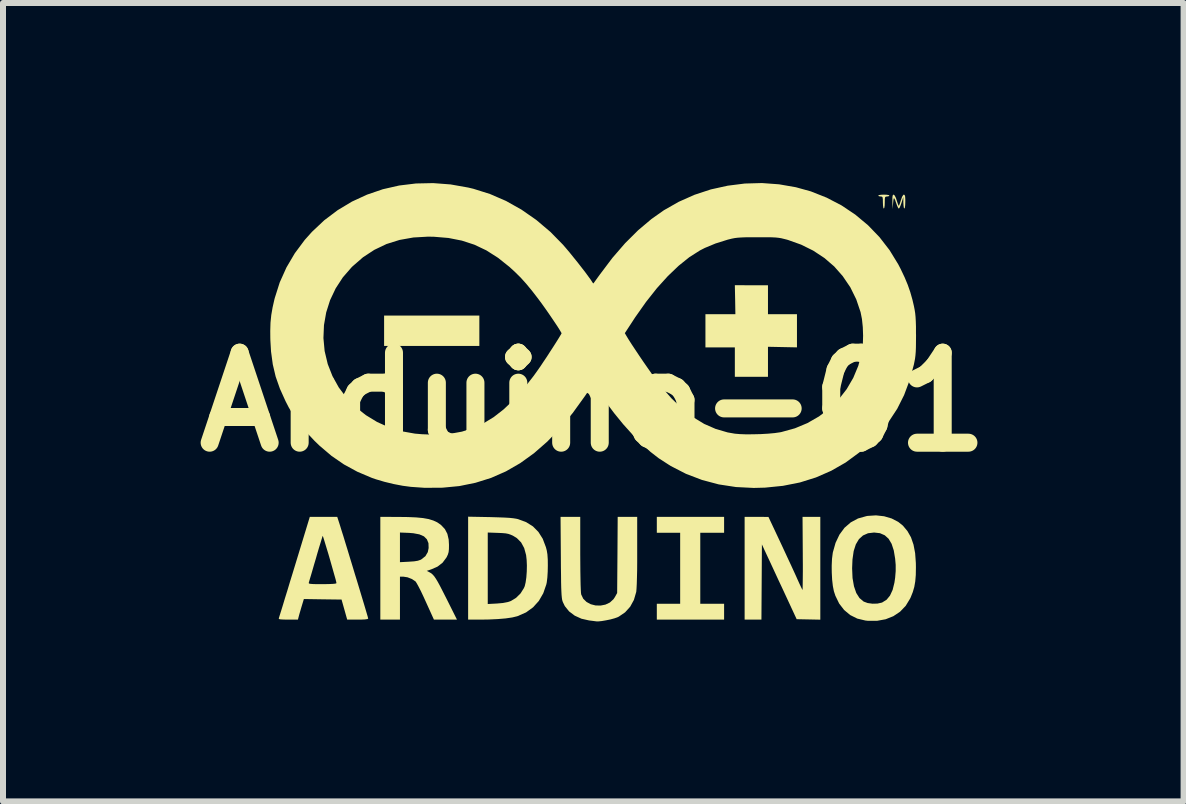
<source format=kicad_pcb>
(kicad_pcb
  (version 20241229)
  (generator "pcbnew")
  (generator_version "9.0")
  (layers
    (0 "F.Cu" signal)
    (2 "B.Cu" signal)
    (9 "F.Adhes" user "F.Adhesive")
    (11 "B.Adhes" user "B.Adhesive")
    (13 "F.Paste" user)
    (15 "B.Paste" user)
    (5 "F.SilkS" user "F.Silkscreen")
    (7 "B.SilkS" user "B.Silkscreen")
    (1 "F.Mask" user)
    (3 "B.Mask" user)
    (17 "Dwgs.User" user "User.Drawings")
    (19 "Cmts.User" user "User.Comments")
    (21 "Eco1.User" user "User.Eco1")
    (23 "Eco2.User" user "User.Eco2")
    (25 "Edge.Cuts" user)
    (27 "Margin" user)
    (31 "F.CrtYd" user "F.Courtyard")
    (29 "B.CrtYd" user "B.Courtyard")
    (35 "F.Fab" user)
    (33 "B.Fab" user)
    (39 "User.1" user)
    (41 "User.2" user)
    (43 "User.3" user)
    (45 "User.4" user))
  (footprint "Arduino-01"
    (layer "F.Cu")
    (at 6.836 3.648)
    (property "Reference" "Arduino-01" (at 0 0 0) (layer "F.SilkS") (effects (font (size 1.5 1.5) (thickness 0.3))))
    (attr board_only exclude_from_pos_files exclude_from_bom)
    (fp_poly (pts (xy -1.899 -1.187) (xy -1.899 -0.934) (xy -2.693 -0.934) (xy -3.486 -0.934) (xy -3.486 -1.187) (xy -3.486 -1.44) (xy -2.693 -1.44) (xy -1.899 -1.44)) (stroke (width 0) (type solid)) (fill yes) (layer "F.SilkS"))
    (fp_poly (pts (xy 2.179 2.047) (xy 2.179 2.179) (xy 1.98 2.179) (xy 1.782 2.179) (xy 1.782 2.77) (xy 1.782 3.362) (xy 1.98 3.362) (xy 2.179 3.362) (xy 2.179 3.494) (xy 2.179 3.626) (xy 1.619 3.626) (xy 1.058 3.626) (xy 1.058 3.494) (xy 1.058 3.362) (xy 1.253 3.362) (xy 1.447 3.362) (xy 1.447 2.77) (xy 1.447 2.179) (xy 1.253 2.179) (xy 1.058 2.179) (xy 1.058 2.047) (xy 1.058 1.914) (xy 1.619 1.914) (xy 2.179 1.914)) (stroke (width 0) (type solid)) (fill yes) (layer "F.SilkS"))
    (fp_poly (pts (xy 2.634 -1.945) (xy 2.91 -1.945) (xy 2.91 -1.704) (xy 2.91 -1.463) (xy 3.152 -1.463) (xy 3.393 -1.463) (xy 3.393 -1.187) (xy 3.393 -0.91) (xy 3.152 -0.915) (xy 2.91 -0.92) (xy 2.91 -0.67) (xy 2.91 -0.42) (xy 2.634 -0.42) (xy 2.358 -0.42) (xy 2.358 -0.665) (xy 2.358 -0.91) (xy 2.113 -0.91) (xy 1.868 -0.91) (xy 1.868 -1.187) (xy 1.868 -1.463) (xy 2.117 -1.463) (xy 2.367 -1.463) (xy 2.363 -1.704) (xy 2.358 -1.946)) (stroke (width 0) (type solid)) (fill yes) (layer "F.SilkS"))
    (fp_poly (pts (xy 4.89 -3.453) (xy 4.924 -3.447) (xy 4.934 -3.44) (xy 4.92 -3.428) (xy 4.895 -3.424) (xy 4.874 -3.422) (xy 4.862 -3.412) (xy 4.857 -3.387) (xy 4.856 -3.339) (xy 4.856 -3.323) (xy 4.854 -3.27) (xy 4.848 -3.234) (xy 4.84 -3.222) (xy 4.832 -3.236) (xy 4.827 -3.274) (xy 4.825 -3.323) (xy 4.824 -3.377) (xy 4.82 -3.408) (xy 4.811 -3.421) (xy 4.792 -3.424) (xy 4.786 -3.424) (xy 4.757 -3.429) (xy 4.747 -3.44) (xy 4.761 -3.448) (xy 4.798 -3.453) (xy 4.84 -3.455)) (stroke (width 0) (type solid)) (fill yes) (layer "F.SilkS"))
    (fp_poly (pts (xy 5.187 -3.449) (xy 5.195 -3.426) (xy 5.198 -3.382) (xy 5.198 -3.338) (xy 5.196 -3.28) (xy 5.191 -3.239) (xy 5.183 -3.222) (xy 5.183 -3.222) (xy 5.174 -3.236) (xy 5.169 -3.273) (xy 5.166 -3.319) (xy 5.165 -3.416) (xy 5.135 -3.319) (xy 5.117 -3.269) (xy 5.101 -3.234) (xy 5.09 -3.222) (xy 5.078 -3.235) (xy 5.062 -3.27) (xy 5.05 -3.303) (xy 5.029 -3.363) (xy 5.016 -3.392) (xy 5.006 -3.393) (xy 5 -3.365) (xy 4.995 -3.315) (xy 4.986 -3.214) (xy 4.983 -3.335) (xy 4.983 -3.397) (xy 4.986 -3.434) (xy 4.994 -3.452) (xy 5.004 -3.455) (xy 5.022 -3.44) (xy 5.043 -3.397) (xy 5.054 -3.362) (xy 5.07 -3.313) (xy 5.082 -3.28) (xy 5.089 -3.268) (xy 5.097 -3.282) (xy 5.111 -3.318) (xy 5.125 -3.362) (xy 5.145 -3.42) (xy 5.165 -3.451) (xy 5.175 -3.455)) (stroke (width 0) (type solid)) (fill yes) (layer "F.SilkS"))
    (fp_poly (pts (xy 3.782 2.771) (xy 3.782 3.627) (xy 3.585 3.623) (xy 3.388 3.619) (xy 3.142 3.089) (xy 3.084 2.966) (xy 3.029 2.847) (xy 2.978 2.737) (xy 2.933 2.64) (xy 2.896 2.561) (xy 2.868 2.501) (xy 2.852 2.467) (xy 2.809 2.373) (xy 2.805 3) (xy 2.801 3.626) (xy 2.661 3.626) (xy 2.521 3.626) (xy 2.521 2.77) (xy 2.521 1.914) (xy 2.72 1.914) (xy 2.918 1.915) (xy 3.128 2.362) (xy 3.183 2.48) (xy 3.237 2.597) (xy 3.289 2.708) (xy 3.335 2.808) (xy 3.373 2.891) (xy 3.4 2.952) (xy 3.406 2.965) (xy 3.435 3.029) (xy 3.46 3.082) (xy 3.478 3.119) (xy 3.485 3.131) (xy 3.487 3.119) (xy 3.488 3.078) (xy 3.489 3.013) (xy 3.49 2.927) (xy 3.491 2.822) (xy 3.491 2.703) (xy 3.49 2.571) (xy 3.49 2.528) (xy 3.486 1.914) (xy 3.634 1.914) (xy 3.782 1.914)) (stroke (width 0) (type solid)) (fill yes) (layer "F.SilkS"))
    (fp_poly (pts (xy -0.218 2.533) (xy -0.217 2.682) (xy -0.216 2.819) (xy -0.214 2.94) (xy -0.212 3.043) (xy -0.209 3.123) (xy -0.206 3.179) (xy -0.202 3.207) (xy -0.168 3.278) (xy -0.113 3.332) (xy -0.042 3.37) (xy 0.037 3.39) (xy 0.121 3.392) (xy 0.202 3.376) (xy 0.276 3.341) (xy 0.336 3.286) (xy 0.358 3.253) (xy 0.397 3.183) (xy 0.402 2.549) (xy 0.406 1.914) (xy 0.569 1.914) (xy 0.731 1.914) (xy 0.731 2.495) (xy 0.731 2.656) (xy 0.73 2.801) (xy 0.727 2.926) (xy 0.724 3.029) (xy 0.72 3.107) (xy 0.716 3.158) (xy 0.714 3.168) (xy 0.676 3.298) (xy 0.614 3.411) (xy 0.529 3.505) (xy 0.425 3.576) (xy 0.4 3.588) (xy 0.351 3.605) (xy 0.285 3.623) (xy 0.211 3.638) (xy 0.141 3.65) (xy 0.083 3.656) (xy 0.057 3.656) (xy 0.033 3.653) (xy -0.012 3.647) (xy -0.068 3.64) (xy -0.07 3.64) (xy -0.198 3.611) (xy -0.31 3.56) (xy -0.404 3.489) (xy -0.475 3.401) (xy -0.508 3.333) (xy -0.515 3.312) (xy -0.521 3.288) (xy -0.525 3.257) (xy -0.529 3.215) (xy -0.532 3.161) (xy -0.535 3.09) (xy -0.537 3) (xy -0.538 2.888) (xy -0.54 2.751) (xy -0.541 2.587) (xy -0.546 1.914) (xy -0.382 1.914) (xy -0.218 1.914)) (stroke (width 0) (type solid)) (fill yes) (layer "F.SilkS"))
    (fp_poly (pts (xy -1.716 1.918) (xy -1.582 1.922) (xy -1.476 1.926) (xy -1.392 1.931) (xy -1.328 1.938) (xy -1.279 1.946) (xy -1.254 1.952) (xy -1.119 2.002) (xy -1.006 2.073) (xy -0.915 2.165) (xy -0.843 2.279) (xy -0.79 2.419) (xy -0.776 2.472) (xy -0.765 2.538) (xy -0.759 2.626) (xy -0.758 2.726) (xy -0.76 2.829) (xy -0.766 2.925) (xy -0.776 3.007) (xy -0.783 3.039) (xy -0.834 3.187) (xy -0.908 3.315) (xy -1.004 3.421) (xy -1.121 3.506) (xy -1.26 3.567) (xy -1.268 3.57) (xy -1.351 3.59) (xy -1.46 3.606) (xy -1.591 3.617) (xy -1.74 3.624) (xy -1.864 3.626) (xy -2.086 3.626) (xy -2.086 2.769) (xy -2.086 2.175) (xy -1.759 2.175) (xy -1.759 2.771) (xy -1.759 3.366) (xy -1.606 3.358) (xy -1.506 3.349) (xy -1.428 3.334) (xy -1.372 3.315) (xy -1.287 3.263) (xy -1.213 3.19) (xy -1.158 3.103) (xy -1.143 3.069) (xy -1.128 3.006) (xy -1.116 2.922) (xy -1.109 2.825) (xy -1.107 2.725) (xy -1.111 2.631) (xy -1.12 2.552) (xy -1.12 2.551) (xy -1.152 2.434) (xy -1.203 2.34) (xy -1.273 2.269) (xy -1.329 2.234) (xy -1.375 2.212) (xy -1.415 2.198) (xy -1.461 2.189) (xy -1.52 2.184) (xy -1.59 2.181) (xy -1.759 2.175) (xy -2.086 2.175) (xy -2.086 1.911)) (stroke (width 0) (type solid)) (fill yes) (layer "F.SilkS"))
    (fp_poly (pts (xy -3.257 1.915) (xy -3.091 1.917) (xy -2.953 1.923) (xy -2.838 1.934) (xy -2.743 1.951) (xy -2.666 1.975) (xy -2.601 2.005) (xy -2.546 2.043) (xy -2.537 2.05) (xy -2.473 2.118) (xy -2.432 2.197) (xy -2.41 2.292) (xy -2.405 2.381) (xy -2.406 2.451) (xy -2.411 2.5) (xy -2.423 2.541) (xy -2.443 2.584) (xy -2.45 2.595) (xy -2.512 2.678) (xy -2.596 2.743) (xy -2.696 2.787) (xy -2.775 2.814) (xy -2.727 2.839) (xy -2.701 2.854) (xy -2.677 2.875) (xy -2.651 2.904) (xy -2.623 2.945) (xy -2.59 3) (xy -2.55 3.074) (xy -2.501 3.17) (xy -2.44 3.29) (xy -2.437 3.296) (xy -2.272 3.626) (xy -2.464 3.626) (xy -2.656 3.626) (xy -2.793 3.324) (xy -2.835 3.232) (xy -2.875 3.148) (xy -2.911 3.078) (xy -2.94 3.025) (xy -2.959 2.994) (xy -2.963 2.99) (xy -3.022 2.95) (xy -3.096 2.921) (xy -3.167 2.91) (xy -3.222 2.91) (xy -3.222 3.268) (xy -3.222 3.626) (xy -3.385 3.626) (xy -3.549 3.626) (xy -3.549 2.77) (xy -3.549 2.669) (xy -3.222 2.669) (xy -3.07 2.661) (xy -2.985 2.655) (xy -2.924 2.645) (xy -2.88 2.63) (xy -2.865 2.622) (xy -2.798 2.569) (xy -2.758 2.501) (xy -2.744 2.433) (xy -2.747 2.352) (xy -2.773 2.288) (xy -2.822 2.239) (xy -2.897 2.206) (xy -2.998 2.187) (xy -3.07 2.181) (xy -3.222 2.175) (xy -3.222 2.422) (xy -3.222 2.669) (xy -3.549 2.669) (xy -3.549 1.914)) (stroke (width 0) (type solid)) (fill yes) (layer "F.SilkS"))
    (fp_poly (pts (xy 4.845 1.904) (xy 4.971 1.941) (xy 5.081 1.998) (xy 5.158 2.06) (xy 5.234 2.151) (xy 5.293 2.255) (xy 5.335 2.377) (xy 5.362 2.518) (xy 5.374 2.683) (xy 5.375 2.755) (xy 5.373 2.883) (xy 5.364 2.989) (xy 5.348 3.081) (xy 5.323 3.167) (xy 5.288 3.255) (xy 5.278 3.276) (xy 5.205 3.396) (xy 5.111 3.494) (xy 4.999 3.569) (xy 4.871 3.62) (xy 4.728 3.646) (xy 4.575 3.646) (xy 4.532 3.641) (xy 4.398 3.609) (xy 4.28 3.55) (xy 4.179 3.466) (xy 4.096 3.358) (xy 4.033 3.228) (xy 4.008 3.152) (xy 3.991 3.066) (xy 3.979 2.96) (xy 3.973 2.842) (xy 3.972 2.77) (xy 4.312 2.77) (xy 4.319 2.934) (xy 4.343 3.071) (xy 4.381 3.182) (xy 4.435 3.267) (xy 4.504 3.325) (xy 4.506 3.326) (xy 4.571 3.35) (xy 4.652 3.361) (xy 4.734 3.359) (xy 4.806 3.343) (xy 4.814 3.34) (xy 4.886 3.295) (xy 4.943 3.226) (xy 4.987 3.131) (xy 5.017 3.01) (xy 5.029 2.928) (xy 5.038 2.817) (xy 5.038 2.714) (xy 5.029 2.611) (xy 5.006 2.473) (xy 4.97 2.363) (xy 4.92 2.279) (xy 4.856 2.221) (xy 4.776 2.186) (xy 4.679 2.175) (xy 4.678 2.175) (xy 4.577 2.187) (xy 4.493 2.224) (xy 4.426 2.285) (xy 4.374 2.372) (xy 4.338 2.484) (xy 4.318 2.624) (xy 4.312 2.77) (xy 3.972 2.77) (xy 3.972 2.723) (xy 3.977 2.612) (xy 3.989 2.518) (xy 3.991 2.506) (xy 4.036 2.347) (xy 4.101 2.21) (xy 4.185 2.096) (xy 4.289 2.006) (xy 4.41 1.941) (xy 4.549 1.902) (xy 4.571 1.898) (xy 4.709 1.889)) (stroke (width 0) (type solid)) (fill yes) (layer "F.SilkS"))
    (fp_poly (pts (xy -4.235 2.012) (xy -4.218 2.066) (xy -4.195 2.141) (xy -4.165 2.235) (xy -4.132 2.344) (xy -4.095 2.464) (xy -4.056 2.593) (xy -4.015 2.727) (xy -3.974 2.863) (xy -3.933 2.996) (xy -3.894 3.125) (xy -3.858 3.245) (xy -3.825 3.354) (xy -3.797 3.448) (xy -3.775 3.523) (xy -3.759 3.577) (xy -3.752 3.605) (xy -3.751 3.609) (xy -3.764 3.617) (xy -3.805 3.623) (xy -3.874 3.626) (xy -3.926 3.626) (xy -4.101 3.626) (xy -4.148 3.459) (xy -4.195 3.292) (xy -4.509 3.288) (xy -4.823 3.283) (xy -4.862 3.412) (xy -4.881 3.477) (xy -4.898 3.535) (xy -4.909 3.576) (xy -4.911 3.584) (xy -4.922 3.626) (xy -5.085 3.626) (xy -5.161 3.625) (xy -5.21 3.622) (xy -5.236 3.617) (xy -5.242 3.608) (xy -5.241 3.607) (xy -5.236 3.589) (xy -5.222 3.544) (xy -5.2 3.474) (xy -5.172 3.383) (xy -5.139 3.273) (xy -5.1 3.148) (xy -5.061 3.018) (xy -4.742 3.018) (xy -4.734 3.026) (xy -4.714 3.03) (xy -4.677 3.033) (xy -4.618 3.035) (xy -4.534 3.035) (xy -4.515 3.035) (xy -4.415 3.034) (xy -4.344 3.031) (xy -4.3 3.027) (xy -4.281 3.02) (xy -4.28 3.017) (xy -4.284 2.997) (xy -4.295 2.952) (xy -4.313 2.889) (xy -4.335 2.811) (xy -4.36 2.723) (xy -4.386 2.631) (xy -4.413 2.538) (xy -4.44 2.449) (xy -4.464 2.37) (xy -4.484 2.304) (xy -4.499 2.257) (xy -4.507 2.233) (xy -4.509 2.231) (xy -4.515 2.247) (xy -4.528 2.289) (xy -4.547 2.352) (xy -4.572 2.433) (xy -4.6 2.528) (xy -4.623 2.609) (xy -4.654 2.713) (xy -4.681 2.807) (xy -4.705 2.889) (xy -4.724 2.952) (xy -4.736 2.994) (xy -4.74 3.008) (xy -4.742 3.018) (xy -5.061 3.018) (xy -5.058 3.008) (xy -5.012 2.859) (xy -4.979 2.751) (xy -4.724 1.914) (xy -4.495 1.914) (xy -4.267 1.914)) (stroke (width 0) (type solid)) (fill yes) (layer "F.SilkS"))
    (fp_poly (pts (xy 3.095 -3.627) (xy 3.376 -3.578) (xy 3.625 -3.509) (xy 3.887 -3.405) (xy 4.135 -3.276) (xy 4.365 -3.122) (xy 4.577 -2.945) (xy 4.768 -2.747) (xy 4.936 -2.53) (xy 5.08 -2.295) (xy 5.12 -2.218) (xy 5.187 -2.077) (xy 5.239 -1.952) (xy 5.281 -1.831) (xy 5.317 -1.704) (xy 5.342 -1.597) (xy 5.354 -1.536) (xy 5.363 -1.479) (xy 5.369 -1.417) (xy 5.373 -1.345) (xy 5.376 -1.256) (xy 5.376 -1.145) (xy 5.377 -1.113) (xy 5.376 -0.997) (xy 5.375 -0.907) (xy 5.372 -0.834) (xy 5.367 -0.774) (xy 5.36 -0.719) (xy 5.349 -0.663) (xy 5.341 -0.623) (xy 5.269 -0.358) (xy 5.178 -0.115) (xy 5.064 0.112) (xy 4.925 0.324) (xy 4.76 0.527) (xy 4.647 0.647) (xy 4.432 0.841) (xy 4.205 1.008) (xy 3.964 1.146) (xy 3.71 1.257) (xy 3.442 1.341) (xy 3.159 1.397) (xy 2.861 1.427) (xy 2.672 1.432) (xy 2.376 1.417) (xy 2.089 1.373) (xy 1.811 1.299) (xy 1.544 1.197) (xy 1.289 1.066) (xy 1.089 0.937) (xy 0.95 0.829) (xy 0.803 0.695) (xy 0.651 0.541) (xy 0.498 0.371) (xy 0.348 0.187) (xy 0.204 -0.005) (xy 0.125 -0.121) (xy 0.081 -0.184) (xy 0.044 -0.238) (xy 0.016 -0.276) (xy 0.001 -0.294) (xy 0 -0.295) (xy -0.011 -0.282) (xy -0.036 -0.249) (xy -0.072 -0.198) (xy -0.115 -0.135) (xy -0.138 -0.101) (xy -0.343 0.183) (xy -0.552 0.436) (xy -0.767 0.66) (xy -0.989 0.854) (xy -1.218 1.019) (xy -1.456 1.156) (xy -1.704 1.265) (xy -1.963 1.346) (xy -2.232 1.401) (xy -2.514 1.428) (xy -2.81 1.43) (xy -3.04 1.414) (xy -3.176 1.396) (xy -3.327 1.367) (xy -3.48 1.33) (xy -3.622 1.288) (xy -3.689 1.265) (xy -3.932 1.162) (xy -4.154 1.041) (xy -4.362 0.898) (xy -4.561 0.729) (xy -4.646 0.647) (xy -4.779 0.506) (xy -4.891 0.373) (xy -4.987 0.237) (xy -5.074 0.092) (xy -5.128 -0.013) (xy -5.222 -0.221) (xy -5.293 -0.423) (xy -5.341 -0.627) (xy -5.37 -0.841) (xy -5.381 -1.028) (xy -5.382 -1.065) (xy -4.497 -1.065) (xy -4.477 -0.849) (xy -4.426 -0.635) (xy -4.425 -0.631) (xy -4.346 -0.43) (xy -4.241 -0.242) (xy -4.112 -0.07) (xy -3.961 0.084) (xy -3.79 0.219) (xy -3.603 0.333) (xy -3.401 0.424) (xy -3.186 0.489) (xy -2.973 0.527) (xy -2.856 0.537) (xy -2.725 0.542) (xy -2.591 0.541) (xy -2.467 0.536) (xy -2.381 0.529) (xy -2.19 0.494) (xy -2.008 0.437) (xy -1.832 0.357) (xy -1.66 0.252) (xy -1.493 0.122) (xy -1.327 -0.036) (xy -1.161 -0.221) (xy -0.994 -0.435) (xy -0.914 -0.547) (xy -0.874 -0.605) (xy -0.827 -0.676) (xy -0.775 -0.753) (xy -0.723 -0.834) (xy -0.671 -0.914) (xy -0.623 -0.989) (xy -0.583 -1.053) (xy -0.552 -1.104) (xy -0.533 -1.136) (xy -0.529 -1.145) (xy -0.53 -1.147) (xy 0.525 -1.147) (xy 0.553 -1.099) (xy 0.588 -1.041) (xy 0.637 -0.964) (xy 0.698 -0.872) (xy 0.766 -0.77) (xy 0.838 -0.664) (xy 0.911 -0.559) (xy 0.98 -0.461) (xy 1.043 -0.373) (xy 1.096 -0.302) (xy 1.126 -0.263) (xy 1.301 -0.062) (xy 1.479 0.11) (xy 1.661 0.252) (xy 1.847 0.365) (xy 2.039 0.449) (xy 2.238 0.507) (xy 2.358 0.528) (xy 2.441 0.535) (xy 2.546 0.539) (xy 2.665 0.538) (xy 2.789 0.535) (xy 2.911 0.528) (xy 3.021 0.518) (xy 3.111 0.505) (xy 3.136 0.5) (xy 3.36 0.438) (xy 3.568 0.351) (xy 3.761 0.24) (xy 3.935 0.107) (xy 4.09 -0.045) (xy 4.222 -0.215) (xy 4.331 -0.402) (xy 4.415 -0.603) (xy 4.471 -0.816) (xy 4.476 -0.843) (xy 4.491 -0.966) (xy 4.495 -1.105) (xy 4.49 -1.247) (xy 4.476 -1.382) (xy 4.453 -1.497) (xy 4.381 -1.71) (xy 4.282 -1.911) (xy 4.155 -2.098) (xy 4.013 -2.259) (xy 3.849 -2.4) (xy 3.664 -2.522) (xy 3.462 -2.622) (xy 3.249 -2.698) (xy 3.226 -2.705) (xy 3.174 -2.718) (xy 3.129 -2.729) (xy 3.084 -2.736) (xy 3.035 -2.741) (xy 2.974 -2.744) (xy 2.898 -2.745) (xy 2.799 -2.745) (xy 2.731 -2.745) (xy 2.617 -2.745) (xy 2.528 -2.744) (xy 2.458 -2.741) (xy 2.402 -2.737) (xy 2.355 -2.731) (xy 2.309 -2.722) (xy 2.26 -2.71) (xy 2.24 -2.705) (xy 2.036 -2.641) (xy 1.858 -2.567) (xy 1.776 -2.525) (xy 1.6 -2.413) (xy 1.422 -2.27) (xy 1.242 -2.098) (xy 1.06 -1.897) (xy 0.878 -1.667) (xy 0.696 -1.409) (xy 0.646 -1.332) (xy 0.525 -1.147) (xy -0.53 -1.147) (xy -0.538 -1.163) (xy -0.562 -1.203) (xy -0.598 -1.26) (xy -0.644 -1.329) (xy -0.696 -1.406) (xy -0.752 -1.488) (xy -0.809 -1.569) (xy -0.864 -1.646) (xy -0.914 -1.713) (xy -0.919 -1.72) (xy -1.024 -1.856) (xy -1.119 -1.971) (xy -1.21 -2.072) (xy -1.303 -2.164) (xy -1.399 -2.252) (xy -1.589 -2.403) (xy -1.782 -2.526) (xy -1.982 -2.621) (xy -2.191 -2.689) (xy -2.414 -2.733) (xy -2.653 -2.753) (xy -2.752 -2.755) (xy -2.998 -2.741) (xy -3.229 -2.7) (xy -3.446 -2.632) (xy -3.649 -2.535) (xy -3.837 -2.412) (xy -4.012 -2.26) (xy -4.029 -2.243) (xy -4.174 -2.076) (xy -4.293 -1.893) (xy -4.386 -1.697) (xy -4.451 -1.492) (xy -4.488 -1.281) (xy -4.497 -1.065) (xy -5.382 -1.065) (xy -5.383 -1.185) (xy -5.379 -1.322) (xy -5.366 -1.449) (xy -5.344 -1.576) (xy -5.313 -1.713) (xy -5.307 -1.735) (xy -5.225 -1.993) (xy -5.113 -2.242) (xy -4.974 -2.478) (xy -4.808 -2.701) (xy -4.688 -2.835) (xy -4.483 -3.028) (xy -4.26 -3.196) (xy -4.022 -3.339) (xy -3.77 -3.455) (xy -3.507 -3.545) (xy -3.235 -3.607) (xy -2.955 -3.641) (xy -2.668 -3.647) (xy -2.378 -3.625) (xy -2.085 -3.573) (xy -2 -3.553) (xy -1.723 -3.466) (xy -1.455 -3.35) (xy -1.197 -3.205) (xy -0.95 -3.033) (xy -0.715 -2.834) (xy -0.506 -2.621) (xy -0.456 -2.563) (xy -0.396 -2.492) (xy -0.33 -2.41) (xy -0.261 -2.325) (xy -0.195 -2.24) (xy -0.133 -2.16) (xy -0.081 -2.089) (xy -0.041 -2.034) (xy -0.019 -1.999) (xy -0.004 -1.978) (xy 0.003 -1.977) (xy 0.014 -1.992) (xy 0.039 -2.027) (xy 0.074 -2.076) (xy 0.109 -2.124) (xy 0.317 -2.4) (xy 0.529 -2.645) (xy 0.746 -2.861) (xy 0.969 -3.049) (xy 1.176 -3.195) (xy 1.424 -3.336) (xy 1.685 -3.452) (xy 1.958 -3.542) (xy 2.239 -3.604) (xy 2.524 -3.64) (xy 2.81 -3.648)) (stroke (width 0) (type solid)) (fill yes) (layer "F.SilkS")))
  (gr_rect
    (start -3 -3)
    (end 16.671 10.303)
    (stroke (width 0.1) (type default))
    (fill no)
    (layer "Edge.Cuts")))
</source>
